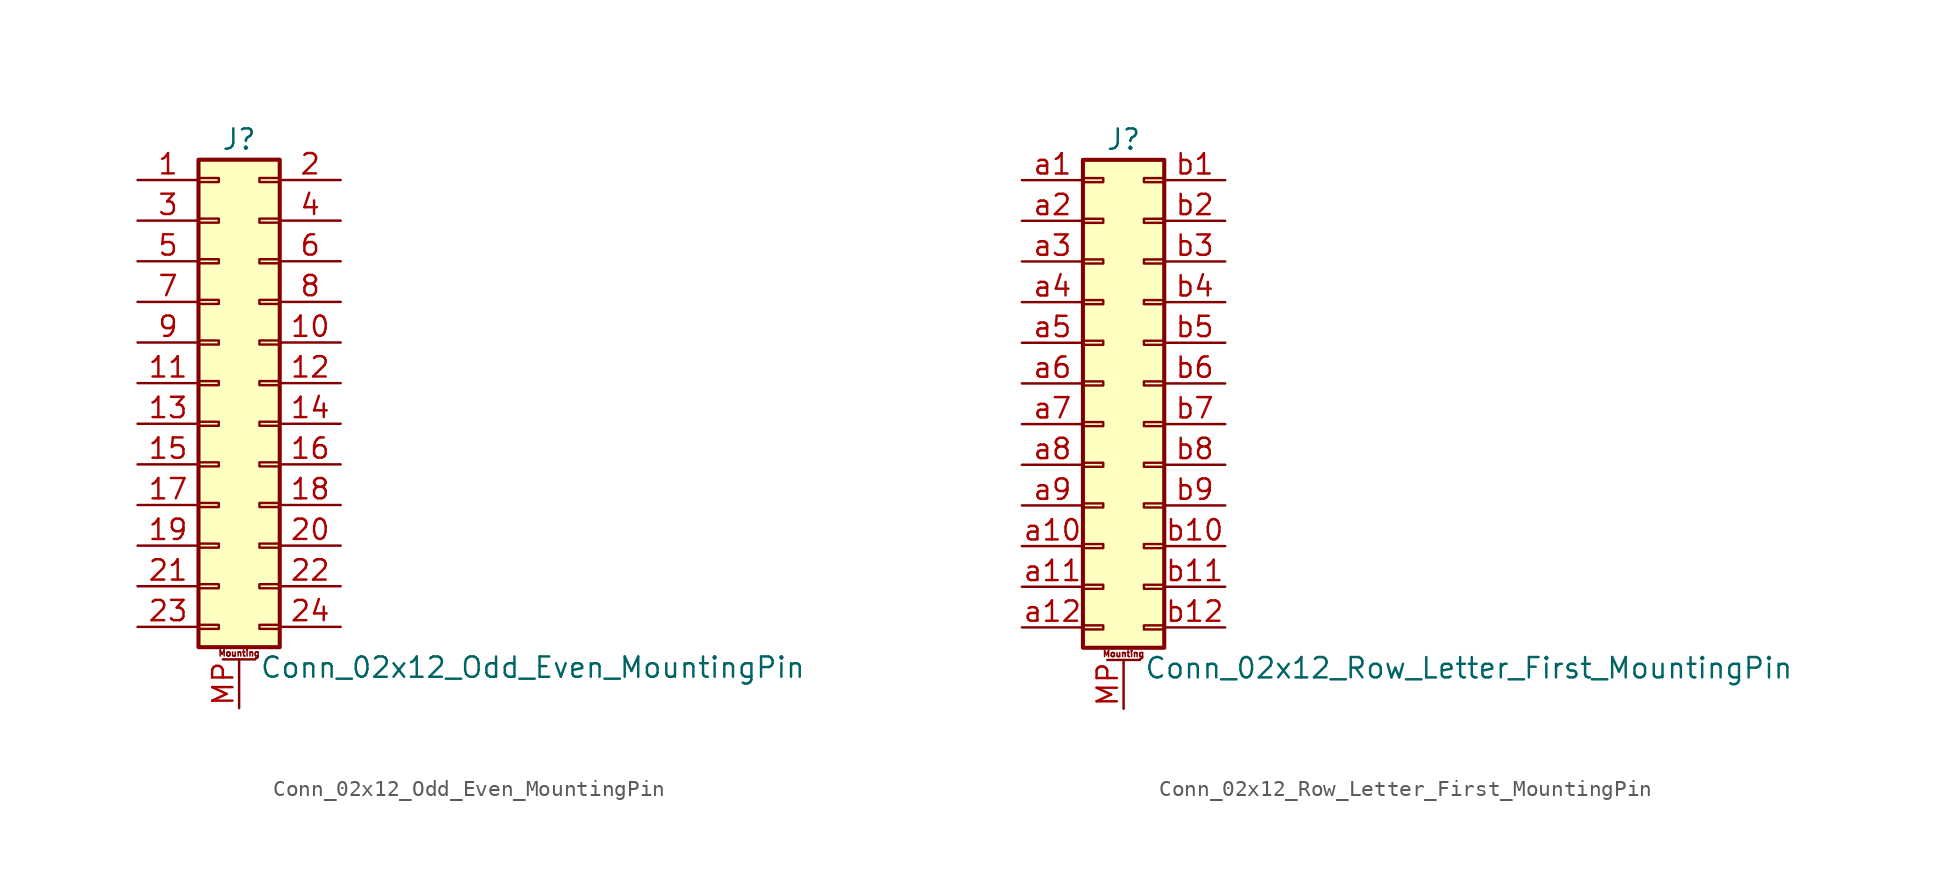
<source format=kicad_sym>
(kicad_symbol_lib
  (version 20220914)
  (generator kicad_symbol_editor)
  (symbol "Conn_02x12_Odd_Even_MountingPin"
    (pin_names
      (offset 1.016) hide)
    (property "Reference" "J"
      (at 1.27 15.24 0)
      (effects (font (size 1.27 1.27))))
    (property "Value" "Conn_02x12_Odd_Even_MountingPin"
      (at 2.54 -17.78 0)
      (effects (font (size 1.27 1.27)) (justify left)))
    (symbol "Conn_02x12_Odd_Even_MountingPin_1_1"
      (rectangle (start -1.27 -15.113) (end 0 -15.367) (stroke (width 0.152) (type default)) (fill (type none)))
      (rectangle (start -1.27 -12.573) (end 0 -12.827) (stroke (width 0.152) (type default)) (fill (type none)))
      (rectangle (start -1.27 -10.033) (end 0 -10.287) (stroke (width 0.152) (type default)) (fill (type none)))
      (rectangle (start -1.27 -7.493) (end 0 -7.747) (stroke (width 0.152) (type default)) (fill (type none)))
      (rectangle (start -1.27 -4.953) (end 0 -5.207) (stroke (width 0.152) (type default)) (fill (type none)))
      (rectangle (start -1.27 -2.413) (end 0 -2.667) (stroke (width 0.152) (type default)) (fill (type none)))
      (rectangle (start -1.27 0.127) (end 0 -0.127) (stroke (width 0.152) (type default)) (fill (type none)))
      (rectangle (start -1.27 2.667) (end 0 2.413) (stroke (width 0.152) (type default)) (fill (type none)))
      (rectangle (start -1.27 5.207) (end 0 4.953) (stroke (width 0.152) (type default)) (fill (type none)))
      (rectangle (start -1.27 7.747) (end 0 7.493) (stroke (width 0.152) (type default)) (fill (type none)))
      (rectangle (start -1.27 10.287) (end 0 10.033) (stroke (width 0.152) (type default)) (fill (type none)))
      (rectangle (start -1.27 12.827) (end 0 12.573) (stroke (width 0.152) (type default)) (fill (type none)))
      (rectangle (start -1.27 13.97) (end 3.81 -16.51) (stroke (width 0.254) (type default)) (fill (type background)))
      (polyline (pts (xy 0.254 -17.272) (xy 2.286 -17.272)) (stroke (width 0.152) (type default)) (fill (type none)))
      (rectangle (start 3.81 -15.113) (end 2.54 -15.367) (stroke (width 0.152) (type default)) (fill (type none)))
      (rectangle (start 3.81 -12.573) (end 2.54 -12.827) (stroke (width 0.152) (type default)) (fill (type none)))
      (rectangle (start 3.81 -10.033) (end 2.54 -10.287) (stroke (width 0.152) (type default)) (fill (type none)))
      (rectangle (start 3.81 -7.493) (end 2.54 -7.747) (stroke (width 0.152) (type default)) (fill (type none)))
      (rectangle (start 3.81 -4.953) (end 2.54 -5.207) (stroke (width 0.152) (type default)) (fill (type none)))
      (rectangle (start 3.81 -2.413) (end 2.54 -2.667) (stroke (width 0.152) (type default)) (fill (type none)))
      (rectangle (start 3.81 0.127) (end 2.54 -0.127) (stroke (width 0.152) (type default)) (fill (type none)))
      (rectangle (start 3.81 2.667) (end 2.54 2.413) (stroke (width 0.152) (type default)) (fill (type none)))
      (rectangle (start 3.81 5.207) (end 2.54 4.953) (stroke (width 0.152) (type default)) (fill (type none)))
      (rectangle (start 3.81 7.747) (end 2.54 7.493) (stroke (width 0.152) (type default)) (fill (type none)))
      (rectangle (start 3.81 10.287) (end 2.54 10.033) (stroke (width 0.152) (type default)) (fill (type none)))
      (rectangle (start 3.81 12.827) (end 2.54 12.573) (stroke (width 0.152) (type default)) (fill (type none)))
      (text "Mounting" (at 1.27 -16.891 0) (effects (font (size 0.381 0.381))))
      (pin passive line (at -5.08 12.7 0) (length 3.81) (name "Pin_1" (effects (font (size 1.27 1.27)))) (number "1" (effects (font (size 1.27 1.27)))))
      (pin passive line (at 7.62 2.54 180) (length 3.81) (name "Pin_10" (effects (font (size 1.27 1.27)))) (number "10" (effects (font (size 1.27 1.27)))))
      (pin passive line (at -5.08 0 0) (length 3.81) (name "Pin_11" (effects (font (size 1.27 1.27)))) (number "11" (effects (font (size 1.27 1.27)))))
      (pin passive line (at 7.62 0 180) (length 3.81) (name "Pin_12" (effects (font (size 1.27 1.27)))) (number "12" (effects (font (size 1.27 1.27)))))
      (pin passive line (at -5.08 -2.54 0) (length 3.81) (name "Pin_13" (effects (font (size 1.27 1.27)))) (number "13" (effects (font (size 1.27 1.27)))))
      (pin passive line (at 7.62 -2.54 180) (length 3.81) (name "Pin_14" (effects (font (size 1.27 1.27)))) (number "14" (effects (font (size 1.27 1.27)))))
      (pin passive line (at -5.08 -5.08 0) (length 3.81) (name "Pin_15" (effects (font (size 1.27 1.27)))) (number "15" (effects (font (size 1.27 1.27)))))
      (pin passive line (at 7.62 -5.08 180) (length 3.81) (name "Pin_16" (effects (font (size 1.27 1.27)))) (number "16" (effects (font (size 1.27 1.27)))))
      (pin passive line (at -5.08 -7.62 0) (length 3.81) (name "Pin_17" (effects (font (size 1.27 1.27)))) (number "17" (effects (font (size 1.27 1.27)))))
      (pin passive line (at 7.62 -7.62 180) (length 3.81) (name "Pin_18" (effects (font (size 1.27 1.27)))) (number "18" (effects (font (size 1.27 1.27)))))
      (pin passive line (at -5.08 -10.16 0) (length 3.81) (name "Pin_19" (effects (font (size 1.27 1.27)))) (number "19" (effects (font (size 1.27 1.27)))))
      (pin passive line (at 7.62 12.7 180) (length 3.81) (name "Pin_2" (effects (font (size 1.27 1.27)))) (number "2" (effects (font (size 1.27 1.27)))))
      (pin passive line (at 7.62 -10.16 180) (length 3.81) (name "Pin_20" (effects (font (size 1.27 1.27)))) (number "20" (effects (font (size 1.27 1.27)))))
      (pin passive line (at -5.08 -12.7 0) (length 3.81) (name "Pin_21" (effects (font (size 1.27 1.27)))) (number "21" (effects (font (size 1.27 1.27)))))
      (pin passive line (at 7.62 -12.7 180) (length 3.81) (name "Pin_22" (effects (font (size 1.27 1.27)))) (number "22" (effects (font (size 1.27 1.27)))))
      (pin passive line (at -5.08 -15.24 0) (length 3.81) (name "Pin_23" (effects (font (size 1.27 1.27)))) (number "23" (effects (font (size 1.27 1.27)))))
      (pin passive line (at 7.62 -15.24 180) (length 3.81) (name "Pin_24" (effects (font (size 1.27 1.27)))) (number "24" (effects (font (size 1.27 1.27)))))
      (pin passive line (at -5.08 10.16 0) (length 3.81) (name "Pin_3" (effects (font (size 1.27 1.27)))) (number "3" (effects (font (size 1.27 1.27)))))
      (pin passive line (at 7.62 10.16 180) (length 3.81) (name "Pin_4" (effects (font (size 1.27 1.27)))) (number "4" (effects (font (size 1.27 1.27)))))
      (pin passive line (at -5.08 7.62 0) (length 3.81) (name "Pin_5" (effects (font (size 1.27 1.27)))) (number "5" (effects (font (size 1.27 1.27)))))
      (pin passive line (at 7.62 7.62 180) (length 3.81) (name "Pin_6" (effects (font (size 1.27 1.27)))) (number "6" (effects (font (size 1.27 1.27)))))
      (pin passive line (at -5.08 5.08 0) (length 3.81) (name "Pin_7" (effects (font (size 1.27 1.27)))) (number "7" (effects (font (size 1.27 1.27)))))
      (pin passive line (at 7.62 5.08 180) (length 3.81) (name "Pin_8" (effects (font (size 1.27 1.27)))) (number "8" (effects (font (size 1.27 1.27)))))
      (pin passive line (at -5.08 2.54 0) (length 3.81) (name "Pin_9" (effects (font (size 1.27 1.27)))) (number "9" (effects (font (size 1.27 1.27)))))
      (pin passive line (at 1.27 -20.32 90) (length 3.048) (name "MountPin" (effects (font (size 1.27 1.27)))) (number "MP" (effects (font (size 1.27 1.27)))))))
  (symbol "Conn_02x12_Row_Letter_First_MountingPin"
    (pin_names
      (offset 1.016) hide)
    (property "Reference" "J"
      (at 1.27 15.24 0)
      (effects (font (size 1.27 1.27))))
    (property "Value" "Conn_02x12_Row_Letter_First_MountingPin"
      (at 2.54 -17.78 0)
      (effects (font (size 1.27 1.27)) (justify left)))
    (symbol "Conn_02x12_Row_Letter_First_MountingPin_1_1"
      (rectangle (start -1.27 -15.113) (end 0 -15.367) (stroke (width 0.152) (type default)) (fill (type none)))
      (rectangle (start -1.27 -12.573) (end 0 -12.827) (stroke (width 0.152) (type default)) (fill (type none)))
      (rectangle (start -1.27 -10.033) (end 0 -10.287) (stroke (width 0.152) (type default)) (fill (type none)))
      (rectangle (start -1.27 -7.493) (end 0 -7.747) (stroke (width 0.152) (type default)) (fill (type none)))
      (rectangle (start -1.27 -4.953) (end 0 -5.207) (stroke (width 0.152) (type default)) (fill (type none)))
      (rectangle (start -1.27 -2.413) (end 0 -2.667) (stroke (width 0.152) (type default)) (fill (type none)))
      (rectangle (start -1.27 0.127) (end 0 -0.127) (stroke (width 0.152) (type default)) (fill (type none)))
      (rectangle (start -1.27 2.667) (end 0 2.413) (stroke (width 0.152) (type default)) (fill (type none)))
      (rectangle (start -1.27 5.207) (end 0 4.953) (stroke (width 0.152) (type default)) (fill (type none)))
      (rectangle (start -1.27 7.747) (end 0 7.493) (stroke (width 0.152) (type default)) (fill (type none)))
      (rectangle (start -1.27 10.287) (end 0 10.033) (stroke (width 0.152) (type default)) (fill (type none)))
      (rectangle (start -1.27 12.827) (end 0 12.573) (stroke (width 0.152) (type default)) (fill (type none)))
      (rectangle (start -1.27 13.97) (end 3.81 -16.51) (stroke (width 0.254) (type default)) (fill (type background)))
      (polyline (pts (xy 0.254 -17.272) (xy 2.286 -17.272)) (stroke (width 0.152) (type default)) (fill (type none)))
      (rectangle (start 3.81 -15.113) (end 2.54 -15.367) (stroke (width 0.152) (type default)) (fill (type none)))
      (rectangle (start 3.81 -12.573) (end 2.54 -12.827) (stroke (width 0.152) (type default)) (fill (type none)))
      (rectangle (start 3.81 -10.033) (end 2.54 -10.287) (stroke (width 0.152) (type default)) (fill (type none)))
      (rectangle (start 3.81 -7.493) (end 2.54 -7.747) (stroke (width 0.152) (type default)) (fill (type none)))
      (rectangle (start 3.81 -4.953) (end 2.54 -5.207) (stroke (width 0.152) (type default)) (fill (type none)))
      (rectangle (start 3.81 -2.413) (end 2.54 -2.667) (stroke (width 0.152) (type default)) (fill (type none)))
      (rectangle (start 3.81 0.127) (end 2.54 -0.127) (stroke (width 0.152) (type default)) (fill (type none)))
      (rectangle (start 3.81 2.667) (end 2.54 2.413) (stroke (width 0.152) (type default)) (fill (type none)))
      (rectangle (start 3.81 5.207) (end 2.54 4.953) (stroke (width 0.152) (type default)) (fill (type none)))
      (rectangle (start 3.81 7.747) (end 2.54 7.493) (stroke (width 0.152) (type default)) (fill (type none)))
      (rectangle (start 3.81 10.287) (end 2.54 10.033) (stroke (width 0.152) (type default)) (fill (type none)))
      (rectangle (start 3.81 12.827) (end 2.54 12.573) (stroke (width 0.152) (type default)) (fill (type none)))
      (text "Mounting" (at 1.27 -16.891 0) (effects (font (size 0.381 0.381))))
      (pin passive line (at 1.27 -20.32 90) (length 3.048) (name "MountPin" (effects (font (size 1.27 1.27)))) (number "MP" (effects (font (size 1.27 1.27)))))
      (pin passive line (at -5.08 12.7 0) (length 3.81) (name "Pin_a1" (effects (font (size 1.27 1.27)))) (number "a1" (effects (font (size 1.27 1.27)))))
      (pin passive line (at -5.08 -10.16 0) (length 3.81) (name "Pin_a10" (effects (font (size 1.27 1.27)))) (number "a10" (effects (font (size 1.27 1.27)))))
      (pin passive line (at -5.08 -12.7 0) (length 3.81) (name "Pin_a11" (effects (font (size 1.27 1.27)))) (number "a11" (effects (font (size 1.27 1.27)))))
      (pin passive line (at -5.08 -15.24 0) (length 3.81) (name "Pin_a12" (effects (font (size 1.27 1.27)))) (number "a12" (effects (font (size 1.27 1.27)))))
      (pin passive line (at -5.08 10.16 0) (length 3.81) (name "Pin_a2" (effects (font (size 1.27 1.27)))) (number "a2" (effects (font (size 1.27 1.27)))))
      (pin passive line (at -5.08 7.62 0) (length 3.81) (name "Pin_a3" (effects (font (size 1.27 1.27)))) (number "a3" (effects (font (size 1.27 1.27)))))
      (pin passive line (at -5.08 5.08 0) (length 3.81) (name "Pin_a4" (effects (font (size 1.27 1.27)))) (number "a4" (effects (font (size 1.27 1.27)))))
      (pin passive line (at -5.08 2.54 0) (length 3.81) (name "Pin_a5" (effects (font (size 1.27 1.27)))) (number "a5" (effects (font (size 1.27 1.27)))))
      (pin passive line (at -5.08 0 0) (length 3.81) (name "Pin_a6" (effects (font (size 1.27 1.27)))) (number "a6" (effects (font (size 1.27 1.27)))))
      (pin passive line (at -5.08 -2.54 0) (length 3.81) (name "Pin_a7" (effects (font (size 1.27 1.27)))) (number "a7" (effects (font (size 1.27 1.27)))))
      (pin passive line (at -5.08 -5.08 0) (length 3.81) (name "Pin_a8" (effects (font (size 1.27 1.27)))) (number "a8" (effects (font (size 1.27 1.27)))))
      (pin passive line (at -5.08 -7.62 0) (length 3.81) (name "Pin_a9" (effects (font (size 1.27 1.27)))) (number "a9" (effects (font (size 1.27 1.27)))))
      (pin passive line (at 7.62 12.7 180) (length 3.81) (name "Pin_b1" (effects (font (size 1.27 1.27)))) (number "b1" (effects (font (size 1.27 1.27)))))
      (pin passive line (at 7.62 -10.16 180) (length 3.81) (name "Pin_b10" (effects (font (size 1.27 1.27)))) (number "b10" (effects (font (size 1.27 1.27)))))
      (pin passive line (at 7.62 -12.7 180) (length 3.81) (name "Pin_b11" (effects (font (size 1.27 1.27)))) (number "b11" (effects (font (size 1.27 1.27)))))
      (pin passive line (at 7.62 -15.24 180) (length 3.81) (name "Pin_b12" (effects (font (size 1.27 1.27)))) (number "b12" (effects (font (size 1.27 1.27)))))
      (pin passive line (at 7.62 10.16 180) (length 3.81) (name "Pin_b2" (effects (font (size 1.27 1.27)))) (number "b2" (effects (font (size 1.27 1.27)))))
      (pin passive line (at 7.62 7.62 180) (length 3.81) (name "Pin_b3" (effects (font (size 1.27 1.27)))) (number "b3" (effects (font (size 1.27 1.27)))))
      (pin passive line (at 7.62 5.08 180) (length 3.81) (name "Pin_b4" (effects (font (size 1.27 1.27)))) (number "b4" (effects (font (size 1.27 1.27)))))
      (pin passive line (at 7.62 2.54 180) (length 3.81) (name "Pin_b5" (effects (font (size 1.27 1.27)))) (number "b5" (effects (font (size 1.27 1.27)))))
      (pin passive line (at 7.62 0 180) (length 3.81) (name "Pin_b6" (effects (font (size 1.27 1.27)))) (number "b6" (effects (font (size 1.27 1.27)))))
      (pin passive line (at 7.62 -2.54 180) (length 3.81) (name "Pin_b7" (effects (font (size 1.27 1.27)))) (number "b7" (effects (font (size 1.27 1.27)))))
      (pin passive line (at 7.62 -5.08 180) (length 3.81) (name "Pin_b8" (effects (font (size 1.27 1.27)))) (number "b8" (effects (font (size 1.27 1.27)))))
      (pin passive line (at 7.62 -7.62 180) (length 3.81) (name "Pin_b9" (effects (font (size 1.27 1.27)))) (number "b9" (effects (font (size 1.27 1.27))))))))
</source>
